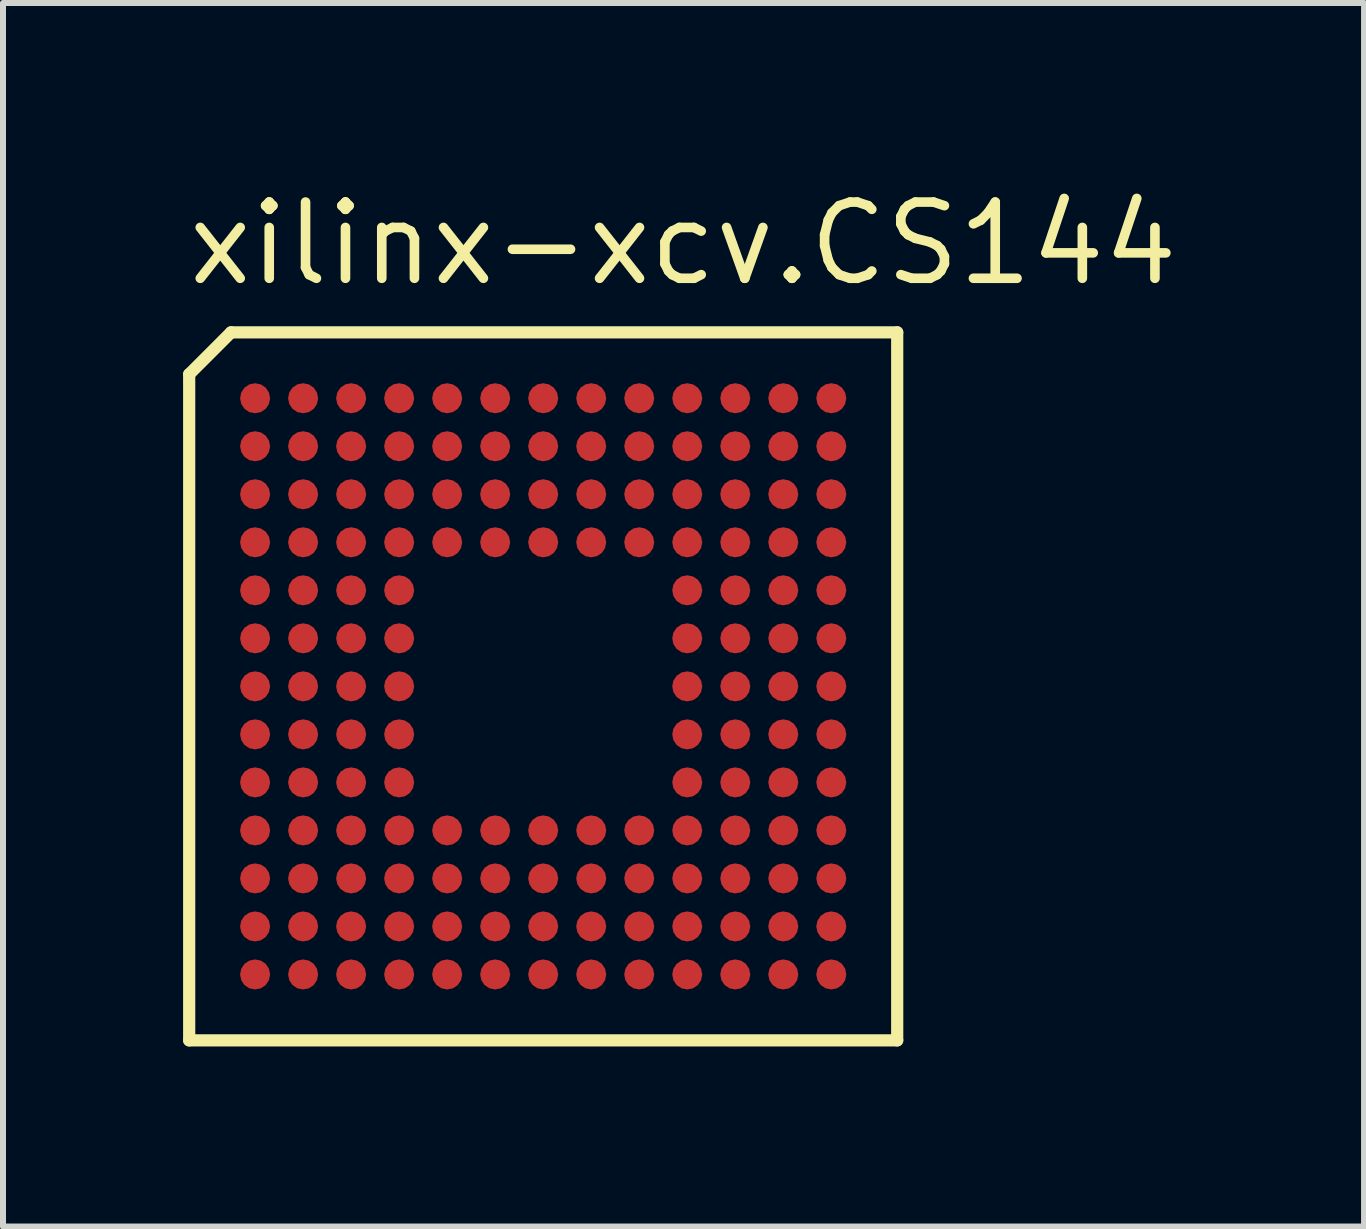
<source format=kicad_pcb>
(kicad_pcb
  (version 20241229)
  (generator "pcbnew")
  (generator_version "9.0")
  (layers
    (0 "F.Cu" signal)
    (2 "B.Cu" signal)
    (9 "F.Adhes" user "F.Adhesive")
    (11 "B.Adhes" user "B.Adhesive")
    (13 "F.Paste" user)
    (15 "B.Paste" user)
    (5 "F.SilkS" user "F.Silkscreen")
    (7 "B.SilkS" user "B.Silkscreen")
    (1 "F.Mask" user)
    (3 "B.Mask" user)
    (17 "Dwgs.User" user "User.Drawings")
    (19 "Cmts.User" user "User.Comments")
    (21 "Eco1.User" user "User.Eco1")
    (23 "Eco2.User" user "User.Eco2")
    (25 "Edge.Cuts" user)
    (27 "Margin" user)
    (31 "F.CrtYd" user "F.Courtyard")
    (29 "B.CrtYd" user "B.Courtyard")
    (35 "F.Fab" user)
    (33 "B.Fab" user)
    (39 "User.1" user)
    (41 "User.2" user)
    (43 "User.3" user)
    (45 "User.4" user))
  (footprint "xilinx-xcv.CS144"
    (layer "F.Cu")
    (at 6 8.385)
    (property "Reference" "xilinx-xcv.CS144" (at -6 -6.635 0) (layer "F.SilkS") (effects (font (size 1.27 1.27) (thickness 0.16)) (justify left bottom)))
    (attr smd)
    (fp_circle (center -4.8 -4.8) (end -4.6 -4.8) (stroke (width 0.1) (type default)) (fill no) (layer "F.Mask"))
    (fp_circle (center -4.8 -4) (end -4.6 -4) (stroke (width 0.1) (type default)) (fill no) (layer "F.Mask"))
    (fp_circle (center -4.8 -3.2) (end -4.6 -3.2) (stroke (width 0.1) (type default)) (fill no) (layer "F.Mask"))
    (fp_circle (center -4.8 -2.4) (end -4.6 -2.4) (stroke (width 0.1) (type default)) (fill no) (layer "F.Mask"))
    (fp_circle (center -4.8 -1.6) (end -4.6 -1.6) (stroke (width 0.1) (type default)) (fill no) (layer "F.Mask"))
    (fp_circle (center -4.8 -0.8) (end -4.6 -0.8) (stroke (width 0.1) (type default)) (fill no) (layer "F.Mask"))
    (fp_circle (center -4.8 0) (end -4.6 0) (stroke (width 0.1) (type default)) (fill no) (layer "F.Mask"))
    (fp_circle (center -4.8 0.8) (end -4.6 0.8) (stroke (width 0.1) (type default)) (fill no) (layer "F.Mask"))
    (fp_circle (center -4.8 1.6) (end -4.6 1.6) (stroke (width 0.1) (type default)) (fill no) (layer "F.Mask"))
    (fp_circle (center -4.8 2.4) (end -4.6 2.4) (stroke (width 0.1) (type default)) (fill no) (layer "F.Mask"))
    (fp_circle (center -4.8 3.2) (end -4.6 3.2) (stroke (width 0.1) (type default)) (fill no) (layer "F.Mask"))
    (fp_circle (center -4.8 4) (end -4.6 4) (stroke (width 0.1) (type default)) (fill no) (layer "F.Mask"))
    (fp_circle (center -4.8 4.8) (end -4.6 4.8) (stroke (width 0.1) (type default)) (fill no) (layer "F.Mask"))
    (fp_circle (center -4 -4.8) (end -3.8 -4.8) (stroke (width 0.1) (type default)) (fill no) (layer "F.Mask"))
    (fp_circle (center -4 -4) (end -3.8 -4) (stroke (width 0.1) (type default)) (fill no) (layer "F.Mask"))
    (fp_circle (center -4 -3.2) (end -3.8 -3.2) (stroke (width 0.1) (type default)) (fill no) (layer "F.Mask"))
    (fp_circle (center -4 -2.4) (end -3.8 -2.4) (stroke (width 0.1) (type default)) (fill no) (layer "F.Mask"))
    (fp_circle (center -4 -1.6) (end -3.8 -1.6) (stroke (width 0.1) (type default)) (fill no) (layer "F.Mask"))
    (fp_circle (center -4 -0.8) (end -3.8 -0.8) (stroke (width 0.1) (type default)) (fill no) (layer "F.Mask"))
    (fp_circle (center -4 0) (end -3.8 0) (stroke (width 0.1) (type default)) (fill no) (layer "F.Mask"))
    (fp_circle (center -4 0.8) (end -3.8 0.8) (stroke (width 0.1) (type default)) (fill no) (layer "F.Mask"))
    (fp_circle (center -4 1.6) (end -3.8 1.6) (stroke (width 0.1) (type default)) (fill no) (layer "F.Mask"))
    (fp_circle (center -4 2.4) (end -3.8 2.4) (stroke (width 0.1) (type default)) (fill no) (layer "F.Mask"))
    (fp_circle (center -4 3.2) (end -3.8 3.2) (stroke (width 0.1) (type default)) (fill no) (layer "F.Mask"))
    (fp_circle (center -4 4) (end -3.8 4) (stroke (width 0.1) (type default)) (fill no) (layer "F.Mask"))
    (fp_circle (center -4 4.8) (end -3.8 4.8) (stroke (width 0.1) (type default)) (fill no) (layer "F.Mask"))
    (fp_circle (center -3.2 -4.8) (end -3 -4.8) (stroke (width 0.1) (type default)) (fill no) (layer "F.Mask"))
    (fp_circle (center -3.2 -4) (end -3 -4) (stroke (width 0.1) (type default)) (fill no) (layer "F.Mask"))
    (fp_circle (center -3.2 -3.2) (end -3 -3.2) (stroke (width 0.1) (type default)) (fill no) (layer "F.Mask"))
    (fp_circle (center -3.2 -2.4) (end -3 -2.4) (stroke (width 0.1) (type default)) (fill no) (layer "F.Mask"))
    (fp_circle (center -3.2 -1.6) (end -3 -1.6) (stroke (width 0.1) (type default)) (fill no) (layer "F.Mask"))
    (fp_circle (center -3.2 -0.8) (end -3 -0.8) (stroke (width 0.1) (type default)) (fill no) (layer "F.Mask"))
    (fp_circle (center -3.2 0) (end -3 0) (stroke (width 0.1) (type default)) (fill no) (layer "F.Mask"))
    (fp_circle (center -3.2 0.8) (end -3 0.8) (stroke (width 0.1) (type default)) (fill no) (layer "F.Mask"))
    (fp_circle (center -3.2 1.6) (end -3 1.6) (stroke (width 0.1) (type default)) (fill no) (layer "F.Mask"))
    (fp_circle (center -3.2 2.4) (end -3 2.4) (stroke (width 0.1) (type default)) (fill no) (layer "F.Mask"))
    (fp_circle (center -3.2 3.2) (end -3 3.2) (stroke (width 0.1) (type default)) (fill no) (layer "F.Mask"))
    (fp_circle (center -3.2 4) (end -3 4) (stroke (width 0.1) (type default)) (fill no) (layer "F.Mask"))
    (fp_circle (center -3.2 4.8) (end -3 4.8) (stroke (width 0.1) (type default)) (fill no) (layer "F.Mask"))
    (fp_circle (center -2.4 -4.8) (end -2.2 -4.8) (stroke (width 0.1) (type default)) (fill no) (layer "F.Mask"))
    (fp_circle (center -2.4 -4) (end -2.2 -4) (stroke (width 0.1) (type default)) (fill no) (layer "F.Mask"))
    (fp_circle (center -2.4 -3.2) (end -2.2 -3.2) (stroke (width 0.1) (type default)) (fill no) (layer "F.Mask"))
    (fp_circle (center -2.4 -2.4) (end -2.2 -2.4) (stroke (width 0.1) (type default)) (fill no) (layer "F.Mask"))
    (fp_circle (center -2.4 -1.6) (end -2.2 -1.6) (stroke (width 0.1) (type default)) (fill no) (layer "F.Mask"))
    (fp_circle (center -2.4 -0.8) (end -2.2 -0.8) (stroke (width 0.1) (type default)) (fill no) (layer "F.Mask"))
    (fp_circle (center -2.4 0) (end -2.2 0) (stroke (width 0.1) (type default)) (fill no) (layer "F.Mask"))
    (fp_circle (center -2.4 0.8) (end -2.2 0.8) (stroke (width 0.1) (type default)) (fill no) (layer "F.Mask"))
    (fp_circle (center -2.4 1.6) (end -2.2 1.6) (stroke (width 0.1) (type default)) (fill no) (layer "F.Mask"))
    (fp_circle (center -2.4 2.4) (end -2.2 2.4) (stroke (width 0.1) (type default)) (fill no) (layer "F.Mask"))
    (fp_circle (center -2.4 3.2) (end -2.2 3.2) (stroke (width 0.1) (type default)) (fill no) (layer "F.Mask"))
    (fp_circle (center -2.4 4) (end -2.2 4) (stroke (width 0.1) (type default)) (fill no) (layer "F.Mask"))
    (fp_circle (center -2.4 4.8) (end -2.2 4.8) (stroke (width 0.1) (type default)) (fill no) (layer "F.Mask"))
    (fp_circle (center -1.6 -4.8) (end -1.4 -4.8) (stroke (width 0.1) (type default)) (fill no) (layer "F.Mask"))
    (fp_circle (center -1.6 -4) (end -1.4 -4) (stroke (width 0.1) (type default)) (fill no) (layer "F.Mask"))
    (fp_circle (center -1.6 -3.2) (end -1.4 -3.2) (stroke (width 0.1) (type default)) (fill no) (layer "F.Mask"))
    (fp_circle (center -1.6 -2.4) (end -1.4 -2.4) (stroke (width 0.1) (type default)) (fill no) (layer "F.Mask"))
    (fp_circle (center -1.6 2.4) (end -1.4 2.4) (stroke (width 0.1) (type default)) (fill no) (layer "F.Mask"))
    (fp_circle (center -1.6 3.2) (end -1.4 3.2) (stroke (width 0.1) (type default)) (fill no) (layer "F.Mask"))
    (fp_circle (center -1.6 4) (end -1.4 4) (stroke (width 0.1) (type default)) (fill no) (layer "F.Mask"))
    (fp_circle (center -1.6 4.8) (end -1.4 4.8) (stroke (width 0.1) (type default)) (fill no) (layer "F.Mask"))
    (fp_circle (center -0.8 -4.8) (end -0.6 -4.8) (stroke (width 0.1) (type default)) (fill no) (layer "F.Mask"))
    (fp_circle (center -0.8 -4) (end -0.6 -4) (stroke (width 0.1) (type default)) (fill no) (layer "F.Mask"))
    (fp_circle (center -0.8 -3.2) (end -0.6 -3.2) (stroke (width 0.1) (type default)) (fill no) (layer "F.Mask"))
    (fp_circle (center -0.8 -2.4) (end -0.6 -2.4) (stroke (width 0.1) (type default)) (fill no) (layer "F.Mask"))
    (fp_circle (center -0.8 2.4) (end -0.6 2.4) (stroke (width 0.1) (type default)) (fill no) (layer "F.Mask"))
    (fp_circle (center -0.8 3.2) (end -0.6 3.2) (stroke (width 0.1) (type default)) (fill no) (layer "F.Mask"))
    (fp_circle (center -0.8 4) (end -0.6 4) (stroke (width 0.1) (type default)) (fill no) (layer "F.Mask"))
    (fp_circle (center -0.8 4.8) (end -0.6 4.8) (stroke (width 0.1) (type default)) (fill no) (layer "F.Mask"))
    (fp_circle (center 0 -4.8) (end 0.2 -4.8) (stroke (width 0.1) (type default)) (fill no) (layer "F.Mask"))
    (fp_circle (center 0 -4) (end 0.2 -4) (stroke (width 0.1) (type default)) (fill no) (layer "F.Mask"))
    (fp_circle (center 0 -3.2) (end 0.2 -3.2) (stroke (width 0.1) (type default)) (fill no) (layer "F.Mask"))
    (fp_circle (center 0 -2.4) (end 0.2 -2.4) (stroke (width 0.1) (type default)) (fill no) (layer "F.Mask"))
    (fp_circle (center 0 2.4) (end 0.2 2.4) (stroke (width 0.1) (type default)) (fill no) (layer "F.Mask"))
    (fp_circle (center 0 3.2) (end 0.2 3.2) (stroke (width 0.1) (type default)) (fill no) (layer "F.Mask"))
    (fp_circle (center 0 4) (end 0.2 4) (stroke (width 0.1) (type default)) (fill no) (layer "F.Mask"))
    (fp_circle (center 0 4.8) (end 0.2 4.8) (stroke (width 0.1) (type default)) (fill no) (layer "F.Mask"))
    (fp_circle (center 0.8 -4.8) (end 1 -4.8) (stroke (width 0.1) (type default)) (fill no) (layer "F.Mask"))
    (fp_circle (center 0.8 -4) (end 1 -4) (stroke (width 0.1) (type default)) (fill no) (layer "F.Mask"))
    (fp_circle (center 0.8 -3.2) (end 1 -3.2) (stroke (width 0.1) (type default)) (fill no) (layer "F.Mask"))
    (fp_circle (center 0.8 -2.4) (end 1 -2.4) (stroke (width 0.1) (type default)) (fill no) (layer "F.Mask"))
    (fp_circle (center 0.8 2.4) (end 1 2.4) (stroke (width 0.1) (type default)) (fill no) (layer "F.Mask"))
    (fp_circle (center 0.8 3.2) (end 1 3.2) (stroke (width 0.1) (type default)) (fill no) (layer "F.Mask"))
    (fp_circle (center 0.8 4) (end 1 4) (stroke (width 0.1) (type default)) (fill no) (layer "F.Mask"))
    (fp_circle (center 0.8 4.8) (end 1 4.8) (stroke (width 0.1) (type default)) (fill no) (layer "F.Mask"))
    (fp_circle (center 1.6 -4.8) (end 1.8 -4.8) (stroke (width 0.1) (type default)) (fill no) (layer "F.Mask"))
    (fp_circle (center 1.6 -4) (end 1.8 -4) (stroke (width 0.1) (type default)) (fill no) (layer "F.Mask"))
    (fp_circle (center 1.6 -3.2) (end 1.8 -3.2) (stroke (width 0.1) (type default)) (fill no) (layer "F.Mask"))
    (fp_circle (center 1.6 -2.4) (end 1.8 -2.4) (stroke (width 0.1) (type default)) (fill no) (layer "F.Mask"))
    (fp_circle (center 1.6 2.4) (end 1.8 2.4) (stroke (width 0.1) (type default)) (fill no) (layer "F.Mask"))
    (fp_circle (center 1.6 3.2) (end 1.8 3.2) (stroke (width 0.1) (type default)) (fill no) (layer "F.Mask"))
    (fp_circle (center 1.6 4) (end 1.8 4) (stroke (width 0.1) (type default)) (fill no) (layer "F.Mask"))
    (fp_circle (center 1.6 4.8) (end 1.8 4.8) (stroke (width 0.1) (type default)) (fill no) (layer "F.Mask"))
    (fp_circle (center 2.4 -4.8) (end 2.6 -4.8) (stroke (width 0.1) (type default)) (fill no) (layer "F.Mask"))
    (fp_circle (center 2.4 -4) (end 2.6 -4) (stroke (width 0.1) (type default)) (fill no) (layer "F.Mask"))
    (fp_circle (center 2.4 -3.2) (end 2.6 -3.2) (stroke (width 0.1) (type default)) (fill no) (layer "F.Mask"))
    (fp_circle (center 2.4 -2.4) (end 2.6 -2.4) (stroke (width 0.1) (type default)) (fill no) (layer "F.Mask"))
    (fp_circle (center 2.4 -1.6) (end 2.6 -1.6) (stroke (width 0.1) (type default)) (fill no) (layer "F.Mask"))
    (fp_circle (center 2.4 -0.8) (end 2.6 -0.8) (stroke (width 0.1) (type default)) (fill no) (layer "F.Mask"))
    (fp_circle (center 2.4 0) (end 2.6 0) (stroke (width 0.1) (type default)) (fill no) (layer "F.Mask"))
    (fp_circle (center 2.4 0.8) (end 2.6 0.8) (stroke (width 0.1) (type default)) (fill no) (layer "F.Mask"))
    (fp_circle (center 2.4 1.6) (end 2.6 1.6) (stroke (width 0.1) (type default)) (fill no) (layer "F.Mask"))
    (fp_circle (center 2.4 2.4) (end 2.6 2.4) (stroke (width 0.1) (type default)) (fill no) (layer "F.Mask"))
    (fp_circle (center 2.4 3.2) (end 2.6 3.2) (stroke (width 0.1) (type default)) (fill no) (layer "F.Mask"))
    (fp_circle (center 2.4 4) (end 2.6 4) (stroke (width 0.1) (type default)) (fill no) (layer "F.Mask"))
    (fp_circle (center 2.4 4.8) (end 2.6 4.8) (stroke (width 0.1) (type default)) (fill no) (layer "F.Mask"))
    (fp_circle (center 3.2 -4.8) (end 3.4 -4.8) (stroke (width 0.1) (type default)) (fill no) (layer "F.Mask"))
    (fp_circle (center 3.2 -4) (end 3.4 -4) (stroke (width 0.1) (type default)) (fill no) (layer "F.Mask"))
    (fp_circle (center 3.2 -3.2) (end 3.4 -3.2) (stroke (width 0.1) (type default)) (fill no) (layer "F.Mask"))
    (fp_circle (center 3.2 -2.4) (end 3.4 -2.4) (stroke (width 0.1) (type default)) (fill no) (layer "F.Mask"))
    (fp_circle (center 3.2 -1.6) (end 3.4 -1.6) (stroke (width 0.1) (type default)) (fill no) (layer "F.Mask"))
    (fp_circle (center 3.2 -0.8) (end 3.4 -0.8) (stroke (width 0.1) (type default)) (fill no) (layer "F.Mask"))
    (fp_circle (center 3.2 0) (end 3.4 0) (stroke (width 0.1) (type default)) (fill no) (layer "F.Mask"))
    (fp_circle (center 3.2 0.8) (end 3.4 0.8) (stroke (width 0.1) (type default)) (fill no) (layer "F.Mask"))
    (fp_circle (center 3.2 1.6) (end 3.4 1.6) (stroke (width 0.1) (type default)) (fill no) (layer "F.Mask"))
    (fp_circle (center 3.2 2.4) (end 3.4 2.4) (stroke (width 0.1) (type default)) (fill no) (layer "F.Mask"))
    (fp_circle (center 3.2 3.2) (end 3.4 3.2) (stroke (width 0.1) (type default)) (fill no) (layer "F.Mask"))
    (fp_circle (center 3.2 4) (end 3.4 4) (stroke (width 0.1) (type default)) (fill no) (layer "F.Mask"))
    (fp_circle (center 3.2 4.8) (end 3.4 4.8) (stroke (width 0.1) (type default)) (fill no) (layer "F.Mask"))
    (fp_circle (center 4 -4.8) (end 4.2 -4.8) (stroke (width 0.1) (type default)) (fill no) (layer "F.Mask"))
    (fp_circle (center 4 -4) (end 4.2 -4) (stroke (width 0.1) (type default)) (fill no) (layer "F.Mask"))
    (fp_circle (center 4 -3.2) (end 4.2 -3.2) (stroke (width 0.1) (type default)) (fill no) (layer "F.Mask"))
    (fp_circle (center 4 -2.4) (end 4.2 -2.4) (stroke (width 0.1) (type default)) (fill no) (layer "F.Mask"))
    (fp_circle (center 4 -1.6) (end 4.2 -1.6) (stroke (width 0.1) (type default)) (fill no) (layer "F.Mask"))
    (fp_circle (center 4 -0.8) (end 4.2 -0.8) (stroke (width 0.1) (type default)) (fill no) (layer "F.Mask"))
    (fp_circle (center 4 0) (end 4.2 0) (stroke (width 0.1) (type default)) (fill no) (layer "F.Mask"))
    (fp_circle (center 4 0.8) (end 4.2 0.8) (stroke (width 0.1) (type default)) (fill no) (layer "F.Mask"))
    (fp_circle (center 4 1.6) (end 4.2 1.6) (stroke (width 0.1) (type default)) (fill no) (layer "F.Mask"))
    (fp_circle (center 4 2.4) (end 4.2 2.4) (stroke (width 0.1) (type default)) (fill no) (layer "F.Mask"))
    (fp_circle (center 4 3.2) (end 4.2 3.2) (stroke (width 0.1) (type default)) (fill no) (layer "F.Mask"))
    (fp_circle (center 4 4) (end 4.2 4) (stroke (width 0.1) (type default)) (fill no) (layer "F.Mask"))
    (fp_circle (center 4 4.8) (end 4.2 4.8) (stroke (width 0.1) (type default)) (fill no) (layer "F.Mask"))
    (fp_circle (center 4.8 -4.8) (end 5 -4.8) (stroke (width 0.1) (type default)) (fill no) (layer "F.Mask"))
    (fp_circle (center 4.8 -4) (end 5 -4) (stroke (width 0.1) (type default)) (fill no) (layer "F.Mask"))
    (fp_circle (center 4.8 -3.2) (end 5 -3.2) (stroke (width 0.1) (type default)) (fill no) (layer "F.Mask"))
    (fp_circle (center 4.8 -2.4) (end 5 -2.4) (stroke (width 0.1) (type default)) (fill no) (layer "F.Mask"))
    (fp_circle (center 4.8 -1.6) (end 5 -1.6) (stroke (width 0.1) (type default)) (fill no) (layer "F.Mask"))
    (fp_circle (center 4.8 -0.8) (end 5 -0.8) (stroke (width 0.1) (type default)) (fill no) (layer "F.Mask"))
    (fp_circle (center 4.8 0) (end 5 0) (stroke (width 0.1) (type default)) (fill no) (layer "F.Mask"))
    (fp_circle (center 4.8 0.8) (end 5 0.8) (stroke (width 0.1) (type default)) (fill no) (layer "F.Mask"))
    (fp_circle (center 4.8 1.6) (end 5 1.6) (stroke (width 0.1) (type default)) (fill no) (layer "F.Mask"))
    (fp_circle (center 4.8 2.4) (end 5 2.4) (stroke (width 0.1) (type default)) (fill no) (layer "F.Mask"))
    (fp_circle (center 4.8 3.2) (end 5 3.2) (stroke (width 0.1) (type default)) (fill no) (layer "F.Mask"))
    (fp_circle (center 4.8 4) (end 5 4) (stroke (width 0.1) (type default)) (fill no) (layer "F.Mask"))
    (fp_circle (center 4.8 4.8) (end 5 4.8) (stroke (width 0.1) (type default)) (fill no) (layer "F.Mask"))
    (fp_line (start -5.898 -5.2) (end -5.898 5.898) (stroke (width 0.203) (type default)) (layer "F.SilkS"))
    (fp_line (start -5.898 -5.2) (end -5.2 -5.898) (stroke (width 0.203) (type default)) (layer "F.SilkS"))
    (fp_line (start -5.898 5.898) (end 5.898 5.898) (stroke (width 0.203) (type default)) (layer "F.SilkS"))
    (fp_line (start 5.898 -5.898) (end -5.2 -5.898) (stroke (width 0.203) (type default)) (layer "F.SilkS"))
    (fp_line (start 5.898 5.898) (end 5.898 -5.898) (stroke (width 0.203) (type default)) (layer "F.SilkS"))
    (pad "A1" smd roundrect (at -4.8 -4.8) (size 0.5 0.5) (layers "F.Cu" "F.Mask" "F.Paste") (roundrect_rratio 0.5))
    (pad "A2" smd roundrect (at -4 -4.8) (size 0.5 0.5) (layers "F.Cu" "F.Mask" "F.Paste") (roundrect_rratio 0.5))
    (pad "A3" smd roundrect (at -3.2 -4.8) (size 0.5 0.5) (layers "F.Cu" "F.Mask" "F.Paste") (roundrect_rratio 0.5))
    (pad "A4" smd roundrect (at -2.4 -4.8) (size 0.5 0.5) (layers "F.Cu" "F.Mask" "F.Paste") (roundrect_rratio 0.5))
    (pad "A5" smd roundrect (at -1.6 -4.8) (size 0.5 0.5) (layers "F.Cu" "F.Mask" "F.Paste") (roundrect_rratio 0.5))
    (pad "A6" smd roundrect (at -0.8 -4.8) (size 0.5 0.5) (layers "F.Cu" "F.Mask" "F.Paste") (roundrect_rratio 0.5))
    (pad "A7" smd roundrect (at 0 -4.8) (size 0.5 0.5) (layers "F.Cu" "F.Mask" "F.Paste") (roundrect_rratio 0.5))
    (pad "A8" smd roundrect (at 0.8 -4.8) (size 0.5 0.5) (layers "F.Cu" "F.Mask" "F.Paste") (roundrect_rratio 0.5))
    (pad "A9" smd roundrect (at 1.6 -4.8) (size 0.5 0.5) (layers "F.Cu" "F.Mask" "F.Paste") (roundrect_rratio 0.5))
    (pad "A10" smd roundrect (at 2.4 -4.8) (size 0.5 0.5) (layers "F.Cu" "F.Mask" "F.Paste") (roundrect_rratio 0.5))
    (pad "A11" smd roundrect (at 3.2 -4.8) (size 0.5 0.5) (layers "F.Cu" "F.Mask" "F.Paste") (roundrect_rratio 0.5))
    (pad "A12" smd roundrect (at 4 -4.8) (size 0.5 0.5) (layers "F.Cu" "F.Mask" "F.Paste") (roundrect_rratio 0.5))
    (pad "A13" smd roundrect (at 4.8 -4.8) (size 0.5 0.5) (layers "F.Cu" "F.Mask" "F.Paste") (roundrect_rratio 0.5))
    (pad "B1" smd roundrect (at -4.8 -4) (size 0.5 0.5) (layers "F.Cu" "F.Mask" "F.Paste") (roundrect_rratio 0.5))
    (pad "B2" smd roundrect (at -4 -4) (size 0.5 0.5) (layers "F.Cu" "F.Mask" "F.Paste") (roundrect_rratio 0.5))
    (pad "B3" smd roundrect (at -3.2 -4) (size 0.5 0.5) (layers "F.Cu" "F.Mask" "F.Paste") (roundrect_rratio 0.5))
    (pad "B4" smd roundrect (at -2.4 -4) (size 0.5 0.5) (layers "F.Cu" "F.Mask" "F.Paste") (roundrect_rratio 0.5))
    (pad "B5" smd roundrect (at -1.6 -4) (size 0.5 0.5) (layers "F.Cu" "F.Mask" "F.Paste") (roundrect_rratio 0.5))
    (pad "B6" smd roundrect (at -0.8 -4) (size 0.5 0.5) (layers "F.Cu" "F.Mask" "F.Paste") (roundrect_rratio 0.5))
    (pad "B7" smd roundrect (at 0 -4) (size 0.5 0.5) (layers "F.Cu" "F.Mask" "F.Paste") (roundrect_rratio 0.5))
    (pad "B8" smd roundrect (at 0.8 -4) (size 0.5 0.5) (layers "F.Cu" "F.Mask" "F.Paste") (roundrect_rratio 0.5))
    (pad "B9" smd roundrect (at 1.6 -4) (size 0.5 0.5) (layers "F.Cu" "F.Mask" "F.Paste") (roundrect_rratio 0.5))
    (pad "B10" smd roundrect (at 2.4 -4) (size 0.5 0.5) (layers "F.Cu" "F.Mask" "F.Paste") (roundrect_rratio 0.5))
    (pad "B11" smd roundrect (at 3.2 -4) (size 0.5 0.5) (layers "F.Cu" "F.Mask" "F.Paste") (roundrect_rratio 0.5))
    (pad "B12" smd roundrect (at 4 -4) (size 0.5 0.5) (layers "F.Cu" "F.Mask" "F.Paste") (roundrect_rratio 0.5))
    (pad "B13" smd roundrect (at 4.8 -4) (size 0.5 0.5) (layers "F.Cu" "F.Mask" "F.Paste") (roundrect_rratio 0.5))
    (pad "C1" smd roundrect (at -4.8 -3.2) (size 0.5 0.5) (layers "F.Cu" "F.Mask" "F.Paste") (roundrect_rratio 0.5))
    (pad "C2" smd roundrect (at -4 -3.2) (size 0.5 0.5) (layers "F.Cu" "F.Mask" "F.Paste") (roundrect_rratio 0.5))
    (pad "C3" smd roundrect (at -3.2 -3.2) (size 0.5 0.5) (layers "F.Cu" "F.Mask" "F.Paste") (roundrect_rratio 0.5))
    (pad "C4" smd roundrect (at -2.4 -3.2) (size 0.5 0.5) (layers "F.Cu" "F.Mask" "F.Paste") (roundrect_rratio 0.5))
    (pad "C5" smd roundrect (at -1.6 -3.2) (size 0.5 0.5) (layers "F.Cu" "F.Mask" "F.Paste") (roundrect_rratio 0.5))
    (pad "C6" smd roundrect (at -0.8 -3.2) (size 0.5 0.5) (layers "F.Cu" "F.Mask" "F.Paste") (roundrect_rratio 0.5))
    (pad "C7" smd roundrect (at 0 -3.2) (size 0.5 0.5) (layers "F.Cu" "F.Mask" "F.Paste") (roundrect_rratio 0.5))
    (pad "C8" smd roundrect (at 0.8 -3.2) (size 0.5 0.5) (layers "F.Cu" "F.Mask" "F.Paste") (roundrect_rratio 0.5))
    (pad "C9" smd roundrect (at 1.6 -3.2) (size 0.5 0.5) (layers "F.Cu" "F.Mask" "F.Paste") (roundrect_rratio 0.5))
    (pad "C10" smd roundrect (at 2.4 -3.2) (size 0.5 0.5) (layers "F.Cu" "F.Mask" "F.Paste") (roundrect_rratio 0.5))
    (pad "C11" smd roundrect (at 3.2 -3.2) (size 0.5 0.5) (layers "F.Cu" "F.Mask" "F.Paste") (roundrect_rratio 0.5))
    (pad "C12" smd roundrect (at 4 -3.2) (size 0.5 0.5) (layers "F.Cu" "F.Mask" "F.Paste") (roundrect_rratio 0.5))
    (pad "C13" smd roundrect (at 4.8 -3.2) (size 0.5 0.5) (layers "F.Cu" "F.Mask" "F.Paste") (roundrect_rratio 0.5))
    (pad "D1" smd roundrect (at -4.8 -2.4) (size 0.5 0.5) (layers "F.Cu" "F.Mask" "F.Paste") (roundrect_rratio 0.5))
    (pad "D2" smd roundrect (at -4 -2.4) (size 0.5 0.5) (layers "F.Cu" "F.Mask" "F.Paste") (roundrect_rratio 0.5))
    (pad "D3" smd roundrect (at -3.2 -2.4) (size 0.5 0.5) (layers "F.Cu" "F.Mask" "F.Paste") (roundrect_rratio 0.5))
    (pad "D4" smd roundrect (at -2.4 -2.4) (size 0.5 0.5) (layers "F.Cu" "F.Mask" "F.Paste") (roundrect_rratio 0.5))
    (pad "D5" smd roundrect (at -1.6 -2.4) (size 0.5 0.5) (layers "F.Cu" "F.Mask" "F.Paste") (roundrect_rratio 0.5))
    (pad "D6" smd roundrect (at -0.8 -2.4) (size 0.5 0.5) (layers "F.Cu" "F.Mask" "F.Paste") (roundrect_rratio 0.5))
    (pad "D7" smd roundrect (at 0 -2.4) (size 0.5 0.5) (layers "F.Cu" "F.Mask" "F.Paste") (roundrect_rratio 0.5))
    (pad "D8" smd roundrect (at 0.8 -2.4) (size 0.5 0.5) (layers "F.Cu" "F.Mask" "F.Paste") (roundrect_rratio 0.5))
    (pad "D9" smd roundrect (at 1.6 -2.4) (size 0.5 0.5) (layers "F.Cu" "F.Mask" "F.Paste") (roundrect_rratio 0.5))
    (pad "D10" smd roundrect (at 2.4 -2.4) (size 0.5 0.5) (layers "F.Cu" "F.Mask" "F.Paste") (roundrect_rratio 0.5))
    (pad "D11" smd roundrect (at 3.2 -2.4) (size 0.5 0.5) (layers "F.Cu" "F.Mask" "F.Paste") (roundrect_rratio 0.5))
    (pad "D12" smd roundrect (at 4 -2.4) (size 0.5 0.5) (layers "F.Cu" "F.Mask" "F.Paste") (roundrect_rratio 0.5))
    (pad "D13" smd roundrect (at 4.8 -2.4) (size 0.5 0.5) (layers "F.Cu" "F.Mask" "F.Paste") (roundrect_rratio 0.5))
    (pad "E1" smd roundrect (at -4.8 -1.6) (size 0.5 0.5) (layers "F.Cu" "F.Mask" "F.Paste") (roundrect_rratio 0.5))
    (pad "E2" smd roundrect (at -4 -1.6) (size 0.5 0.5) (layers "F.Cu" "F.Mask" "F.Paste") (roundrect_rratio 0.5))
    (pad "E3" smd roundrect (at -3.2 -1.6) (size 0.5 0.5) (layers "F.Cu" "F.Mask" "F.Paste") (roundrect_rratio 0.5))
    (pad "E4" smd roundrect (at -2.4 -1.6) (size 0.5 0.5) (layers "F.Cu" "F.Mask" "F.Paste") (roundrect_rratio 0.5))
    (pad "E10" smd roundrect (at 2.4 -1.6) (size 0.5 0.5) (layers "F.Cu" "F.Mask" "F.Paste") (roundrect_rratio 0.5))
    (pad "E11" smd roundrect (at 3.2 -1.6) (size 0.5 0.5) (layers "F.Cu" "F.Mask" "F.Paste") (roundrect_rratio 0.5))
    (pad "E12" smd roundrect (at 4 -1.6) (size 0.5 0.5) (layers "F.Cu" "F.Mask" "F.Paste") (roundrect_rratio 0.5))
    (pad "E13" smd roundrect (at 4.8 -1.6) (size 0.5 0.5) (layers "F.Cu" "F.Mask" "F.Paste") (roundrect_rratio 0.5))
    (pad "F1" smd roundrect (at -4.8 -0.8) (size 0.5 0.5) (layers "F.Cu" "F.Mask" "F.Paste") (roundrect_rratio 0.5))
    (pad "F2" smd roundrect (at -4 -0.8) (size 0.5 0.5) (layers "F.Cu" "F.Mask" "F.Paste") (roundrect_rratio 0.5))
    (pad "F3" smd roundrect (at -3.2 -0.8) (size 0.5 0.5) (layers "F.Cu" "F.Mask" "F.Paste") (roundrect_rratio 0.5))
    (pad "F4" smd roundrect (at -2.4 -0.8) (size 0.5 0.5) (layers "F.Cu" "F.Mask" "F.Paste") (roundrect_rratio 0.5))
    (pad "F10" smd roundrect (at 2.4 -0.8) (size 0.5 0.5) (layers "F.Cu" "F.Mask" "F.Paste") (roundrect_rratio 0.5))
    (pad "F11" smd roundrect (at 3.2 -0.8) (size 0.5 0.5) (layers "F.Cu" "F.Mask" "F.Paste") (roundrect_rratio 0.5))
    (pad "F12" smd roundrect (at 4 -0.8) (size 0.5 0.5) (layers "F.Cu" "F.Mask" "F.Paste") (roundrect_rratio 0.5))
    (pad "F13" smd roundrect (at 4.8 -0.8) (size 0.5 0.5) (layers "F.Cu" "F.Mask" "F.Paste") (roundrect_rratio 0.5))
    (pad "G1" smd roundrect (at -4.8 0) (size 0.5 0.5) (layers "F.Cu" "F.Mask" "F.Paste") (roundrect_rratio 0.5))
    (pad "G2" smd roundrect (at -4 0) (size 0.5 0.5) (layers "F.Cu" "F.Mask" "F.Paste") (roundrect_rratio 0.5))
    (pad "G3" smd roundrect (at -3.2 0) (size 0.5 0.5) (layers "F.Cu" "F.Mask" "F.Paste") (roundrect_rratio 0.5))
    (pad "G4" smd roundrect (at -2.4 0) (size 0.5 0.5) (layers "F.Cu" "F.Mask" "F.Paste") (roundrect_rratio 0.5))
    (pad "G10" smd roundrect (at 2.4 0) (size 0.5 0.5) (layers "F.Cu" "F.Mask" "F.Paste") (roundrect_rratio 0.5))
    (pad "G11" smd roundrect (at 3.2 0) (size 0.5 0.5) (layers "F.Cu" "F.Mask" "F.Paste") (roundrect_rratio 0.5))
    (pad "G12" smd roundrect (at 4 0) (size 0.5 0.5) (layers "F.Cu" "F.Mask" "F.Paste") (roundrect_rratio 0.5))
    (pad "G13" smd roundrect (at 4.8 0) (size 0.5 0.5) (layers "F.Cu" "F.Mask" "F.Paste") (roundrect_rratio 0.5))
    (pad "H1" smd roundrect (at -4.8 0.8) (size 0.5 0.5) (layers "F.Cu" "F.Mask" "F.Paste") (roundrect_rratio 0.5))
    (pad "H2" smd roundrect (at -4 0.8) (size 0.5 0.5) (layers "F.Cu" "F.Mask" "F.Paste") (roundrect_rratio 0.5))
    (pad "H3" smd roundrect (at -3.2 0.8) (size 0.5 0.5) (layers "F.Cu" "F.Mask" "F.Paste") (roundrect_rratio 0.5))
    (pad "H4" smd roundrect (at -2.4 0.8) (size 0.5 0.5) (layers "F.Cu" "F.Mask" "F.Paste") (roundrect_rratio 0.5))
    (pad "H10" smd roundrect (at 2.4 0.8) (size 0.5 0.5) (layers "F.Cu" "F.Mask" "F.Paste") (roundrect_rratio 0.5))
    (pad "H11" smd roundrect (at 3.2 0.8) (size 0.5 0.5) (layers "F.Cu" "F.Mask" "F.Paste") (roundrect_rratio 0.5))
    (pad "H12" smd roundrect (at 4 0.8) (size 0.5 0.5) (layers "F.Cu" "F.Mask" "F.Paste") (roundrect_rratio 0.5))
    (pad "H13" smd roundrect (at 4.8 0.8) (size 0.5 0.5) (layers "F.Cu" "F.Mask" "F.Paste") (roundrect_rratio 0.5))
    (pad "J1" smd roundrect (at -4.8 1.6) (size 0.5 0.5) (layers "F.Cu" "F.Mask" "F.Paste") (roundrect_rratio 0.5))
    (pad "J2" smd roundrect (at -4 1.6) (size 0.5 0.5) (layers "F.Cu" "F.Mask" "F.Paste") (roundrect_rratio 0.5))
    (pad "J3" smd roundrect (at -3.2 1.6) (size 0.5 0.5) (layers "F.Cu" "F.Mask" "F.Paste") (roundrect_rratio 0.5))
    (pad "J4" smd roundrect (at -2.4 1.6) (size 0.5 0.5) (layers "F.Cu" "F.Mask" "F.Paste") (roundrect_rratio 0.5))
    (pad "J10" smd roundrect (at 2.4 1.6) (size 0.5 0.5) (layers "F.Cu" "F.Mask" "F.Paste") (roundrect_rratio 0.5))
    (pad "J11" smd roundrect (at 3.2 1.6) (size 0.5 0.5) (layers "F.Cu" "F.Mask" "F.Paste") (roundrect_rratio 0.5))
    (pad "J12" smd roundrect (at 4 1.6) (size 0.5 0.5) (layers "F.Cu" "F.Mask" "F.Paste") (roundrect_rratio 0.5))
    (pad "J13" smd roundrect (at 4.8 1.6) (size 0.5 0.5) (layers "F.Cu" "F.Mask" "F.Paste") (roundrect_rratio 0.5))
    (pad "K1" smd roundrect (at -4.8 2.4) (size 0.5 0.5) (layers "F.Cu" "F.Mask" "F.Paste") (roundrect_rratio 0.5))
    (pad "K2" smd roundrect (at -4 2.4) (size 0.5 0.5) (layers "F.Cu" "F.Mask" "F.Paste") (roundrect_rratio 0.5))
    (pad "K3" smd roundrect (at -3.2 2.4) (size 0.5 0.5) (layers "F.Cu" "F.Mask" "F.Paste") (roundrect_rratio 0.5))
    (pad "K4" smd roundrect (at -2.4 2.4) (size 0.5 0.5) (layers "F.Cu" "F.Mask" "F.Paste") (roundrect_rratio 0.5))
    (pad "K5" smd roundrect (at -1.6 2.4) (size 0.5 0.5) (layers "F.Cu" "F.Mask" "F.Paste") (roundrect_rratio 0.5))
    (pad "K6" smd roundrect (at -0.8 2.4) (size 0.5 0.5) (layers "F.Cu" "F.Mask" "F.Paste") (roundrect_rratio 0.5))
    (pad "K7" smd roundrect (at 0 2.4) (size 0.5 0.5) (layers "F.Cu" "F.Mask" "F.Paste") (roundrect_rratio 0.5))
    (pad "K8" smd roundrect (at 0.8 2.4) (size 0.5 0.5) (layers "F.Cu" "F.Mask" "F.Paste") (roundrect_rratio 0.5))
    (pad "K9" smd roundrect (at 1.6 2.4) (size 0.5 0.5) (layers "F.Cu" "F.Mask" "F.Paste") (roundrect_rratio 0.5))
    (pad "K10" smd roundrect (at 2.4 2.4) (size 0.5 0.5) (layers "F.Cu" "F.Mask" "F.Paste") (roundrect_rratio 0.5))
    (pad "K11" smd roundrect (at 3.2 2.4) (size 0.5 0.5) (layers "F.Cu" "F.Mask" "F.Paste") (roundrect_rratio 0.5))
    (pad "K12" smd roundrect (at 4 2.4) (size 0.5 0.5) (layers "F.Cu" "F.Mask" "F.Paste") (roundrect_rratio 0.5))
    (pad "K13" smd roundrect (at 4.8 2.4) (size 0.5 0.5) (layers "F.Cu" "F.Mask" "F.Paste") (roundrect_rratio 0.5))
    (pad "L1" smd roundrect (at -4.8 3.2) (size 0.5 0.5) (layers "F.Cu" "F.Mask" "F.Paste") (roundrect_rratio 0.5))
    (pad "L2" smd roundrect (at -4 3.2) (size 0.5 0.5) (layers "F.Cu" "F.Mask" "F.Paste") (roundrect_rratio 0.5))
    (pad "L3" smd roundrect (at -3.2 3.2) (size 0.5 0.5) (layers "F.Cu" "F.Mask" "F.Paste") (roundrect_rratio 0.5))
    (pad "L4" smd roundrect (at -2.4 3.2) (size 0.5 0.5) (layers "F.Cu" "F.Mask" "F.Paste") (roundrect_rratio 0.5))
    (pad "L5" smd roundrect (at -1.6 3.2) (size 0.5 0.5) (layers "F.Cu" "F.Mask" "F.Paste") (roundrect_rratio 0.5))
    (pad "L6" smd roundrect (at -0.8 3.2) (size 0.5 0.5) (layers "F.Cu" "F.Mask" "F.Paste") (roundrect_rratio 0.5))
    (pad "L7" smd roundrect (at 0 3.2) (size 0.5 0.5) (layers "F.Cu" "F.Mask" "F.Paste") (roundrect_rratio 0.5))
    (pad "L8" smd roundrect (at 0.8 3.2) (size 0.5 0.5) (layers "F.Cu" "F.Mask" "F.Paste") (roundrect_rratio 0.5))
    (pad "L9" smd roundrect (at 1.6 3.2) (size 0.5 0.5) (layers "F.Cu" "F.Mask" "F.Paste") (roundrect_rratio 0.5))
    (pad "L10" smd roundrect (at 2.4 3.2) (size 0.5 0.5) (layers "F.Cu" "F.Mask" "F.Paste") (roundrect_rratio 0.5))
    (pad "L11" smd roundrect (at 3.2 3.2) (size 0.5 0.5) (layers "F.Cu" "F.Mask" "F.Paste") (roundrect_rratio 0.5))
    (pad "L12" smd roundrect (at 4 3.2) (size 0.5 0.5) (layers "F.Cu" "F.Mask" "F.Paste") (roundrect_rratio 0.5))
    (pad "L13" smd roundrect (at 4.8 3.2) (size 0.5 0.5) (layers "F.Cu" "F.Mask" "F.Paste") (roundrect_rratio 0.5))
    (pad "M1" smd roundrect (at -4.8 4) (size 0.5 0.5) (layers "F.Cu" "F.Mask" "F.Paste") (roundrect_rratio 0.5))
    (pad "M2" smd roundrect (at -4 4) (size 0.5 0.5) (layers "F.Cu" "F.Mask" "F.Paste") (roundrect_rratio 0.5))
    (pad "M3" smd roundrect (at -3.2 4) (size 0.5 0.5) (layers "F.Cu" "F.Mask" "F.Paste") (roundrect_rratio 0.5))
    (pad "M4" smd roundrect (at -2.4 4) (size 0.5 0.5) (layers "F.Cu" "F.Mask" "F.Paste") (roundrect_rratio 0.5))
    (pad "M5" smd roundrect (at -1.6 4) (size 0.5 0.5) (layers "F.Cu" "F.Mask" "F.Paste") (roundrect_rratio 0.5))
    (pad "M6" smd roundrect (at -0.8 4) (size 0.5 0.5) (layers "F.Cu" "F.Mask" "F.Paste") (roundrect_rratio 0.5))
    (pad "M7" smd roundrect (at 0 4) (size 0.5 0.5) (layers "F.Cu" "F.Mask" "F.Paste") (roundrect_rratio 0.5))
    (pad "M8" smd roundrect (at 0.8 4) (size 0.5 0.5) (layers "F.Cu" "F.Mask" "F.Paste") (roundrect_rratio 0.5))
    (pad "M9" smd roundrect (at 1.6 4) (size 0.5 0.5) (layers "F.Cu" "F.Mask" "F.Paste") (roundrect_rratio 0.5))
    (pad "M10" smd roundrect (at 2.4 4) (size 0.5 0.5) (layers "F.Cu" "F.Mask" "F.Paste") (roundrect_rratio 0.5))
    (pad "M11" smd roundrect (at 3.2 4) (size 0.5 0.5) (layers "F.Cu" "F.Mask" "F.Paste") (roundrect_rratio 0.5))
    (pad "M12" smd roundrect (at 4 4) (size 0.5 0.5) (layers "F.Cu" "F.Mask" "F.Paste") (roundrect_rratio 0.5))
    (pad "M13" smd roundrect (at 4.8 4) (size 0.5 0.5) (layers "F.Cu" "F.Mask" "F.Paste") (roundrect_rratio 0.5))
    (pad "N1" smd roundrect (at -4.8 4.8) (size 0.5 0.5) (layers "F.Cu" "F.Mask" "F.Paste") (roundrect_rratio 0.5))
    (pad "N2" smd roundrect (at -4 4.8) (size 0.5 0.5) (layers "F.Cu" "F.Mask" "F.Paste") (roundrect_rratio 0.5))
    (pad "N3" smd roundrect (at -3.2 4.8) (size 0.5 0.5) (layers "F.Cu" "F.Mask" "F.Paste") (roundrect_rratio 0.5))
    (pad "N4" smd roundrect (at -2.4 4.8) (size 0.5 0.5) (layers "F.Cu" "F.Mask" "F.Paste") (roundrect_rratio 0.5))
    (pad "N5" smd roundrect (at -1.6 4.8) (size 0.5 0.5) (layers "F.Cu" "F.Mask" "F.Paste") (roundrect_rratio 0.5))
    (pad "N6" smd roundrect (at -0.8 4.8) (size 0.5 0.5) (layers "F.Cu" "F.Mask" "F.Paste") (roundrect_rratio 0.5))
    (pad "N7" smd roundrect (at 0 4.8) (size 0.5 0.5) (layers "F.Cu" "F.Mask" "F.Paste") (roundrect_rratio 0.5))
    (pad "N8" smd roundrect (at 0.8 4.8) (size 0.5 0.5) (layers "F.Cu" "F.Mask" "F.Paste") (roundrect_rratio 0.5))
    (pad "N9" smd roundrect (at 1.6 4.8) (size 0.5 0.5) (layers "F.Cu" "F.Mask" "F.Paste") (roundrect_rratio 0.5))
    (pad "N10" smd roundrect (at 2.4 4.8) (size 0.5 0.5) (layers "F.Cu" "F.Mask" "F.Paste") (roundrect_rratio 0.5))
    (pad "N11" smd roundrect (at 3.2 4.8) (size 0.5 0.5) (layers "F.Cu" "F.Mask" "F.Paste") (roundrect_rratio 0.5))
    (pad "N12" smd roundrect (at 4 4.8) (size 0.5 0.5) (layers "F.Cu" "F.Mask" "F.Paste") (roundrect_rratio 0.5))
    (pad "N13" smd roundrect (at 4.8 4.8) (size 0.5 0.5) (layers "F.Cu" "F.Mask" "F.Paste") (roundrect_rratio 0.5)))
  (gr_rect
    (start -3 -3)
    (end 19.676 17.385)
    (stroke (width 0.1) (type default))
    (fill no)
    (layer "Edge.Cuts")))
</source>
